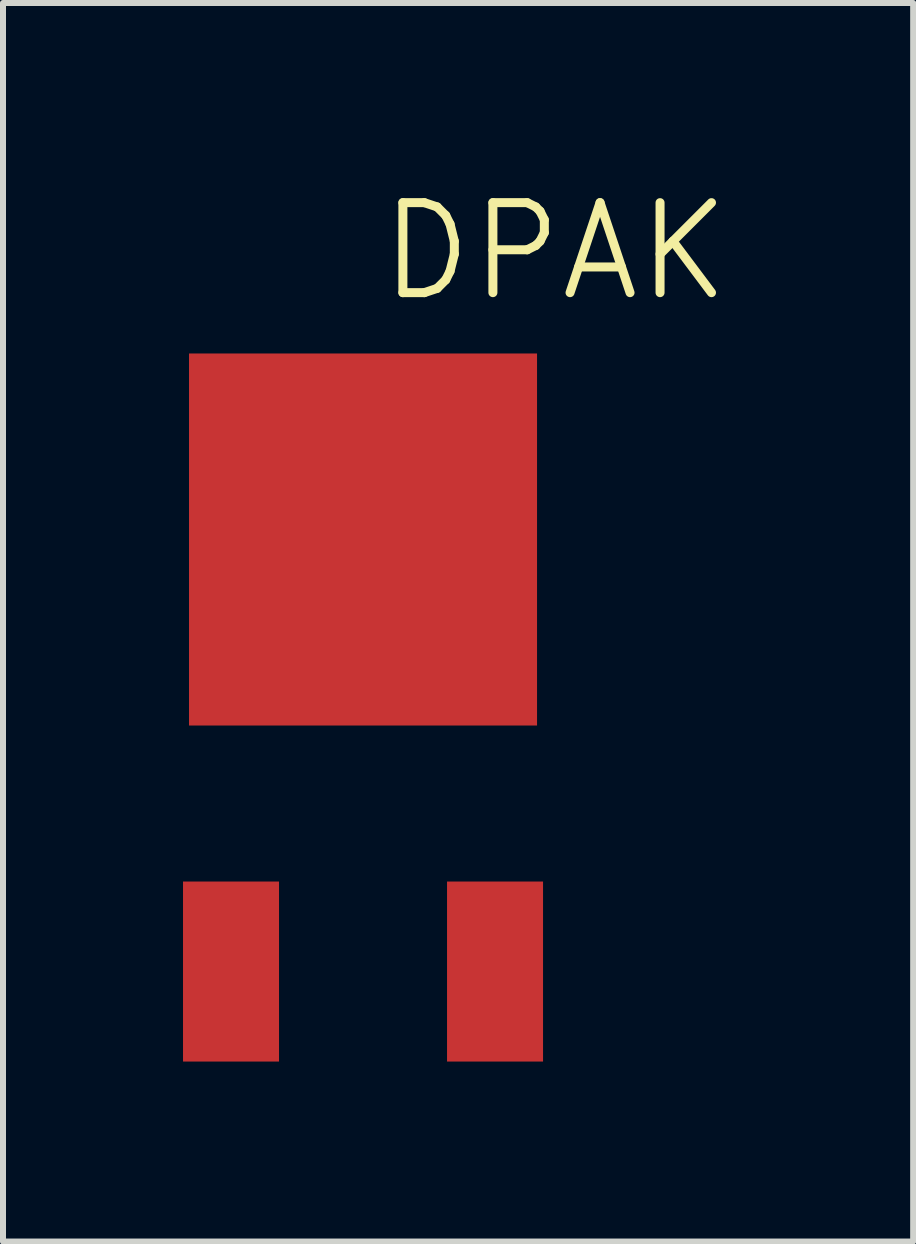
<source format=kicad_pcb>
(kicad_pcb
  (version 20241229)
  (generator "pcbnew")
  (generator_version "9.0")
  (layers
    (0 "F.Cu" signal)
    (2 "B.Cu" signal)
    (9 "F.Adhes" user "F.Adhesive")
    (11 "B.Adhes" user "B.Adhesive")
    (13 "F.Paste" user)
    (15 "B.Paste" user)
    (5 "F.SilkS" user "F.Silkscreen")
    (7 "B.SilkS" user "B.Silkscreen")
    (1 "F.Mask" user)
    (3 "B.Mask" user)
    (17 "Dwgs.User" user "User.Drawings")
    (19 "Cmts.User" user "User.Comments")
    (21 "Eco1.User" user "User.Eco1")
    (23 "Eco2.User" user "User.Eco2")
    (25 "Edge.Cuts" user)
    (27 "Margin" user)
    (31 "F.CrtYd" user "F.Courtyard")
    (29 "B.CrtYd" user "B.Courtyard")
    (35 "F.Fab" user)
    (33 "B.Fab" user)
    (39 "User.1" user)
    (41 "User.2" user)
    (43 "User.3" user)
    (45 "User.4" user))
  (footprint "DPAK"
    (layer "F.Cu")
    (at 3 11.741)
    (property "Reference" "DPAK" (at 3.2 -10.6 0) (layer "F.SilkS") (effects (font (size 1.5 1.5) (thickness 0.15))))
    (attr through_hole)
    (pad "1" smd rect (at -2.2 1.4) (size 1.6 3) (layers "F.Cu" "F.Mask" "F.Paste"))
    (pad "2" smd rect (at 2.2 1.4) (size 1.6 3) (layers "F.Cu" "F.Mask" "F.Paste"))
    (pad "3" smd rect (at 0 -5.8) (size 5.8 6.2) (layers "F.Cu" "F.Mask" "F.Paste")))
  (gr_rect
    (start -3 -3)
    (end 12.168 17.641)
    (stroke (width 0.1) (type default))
    (fill no)
    (layer "Edge.Cuts")))
</source>
